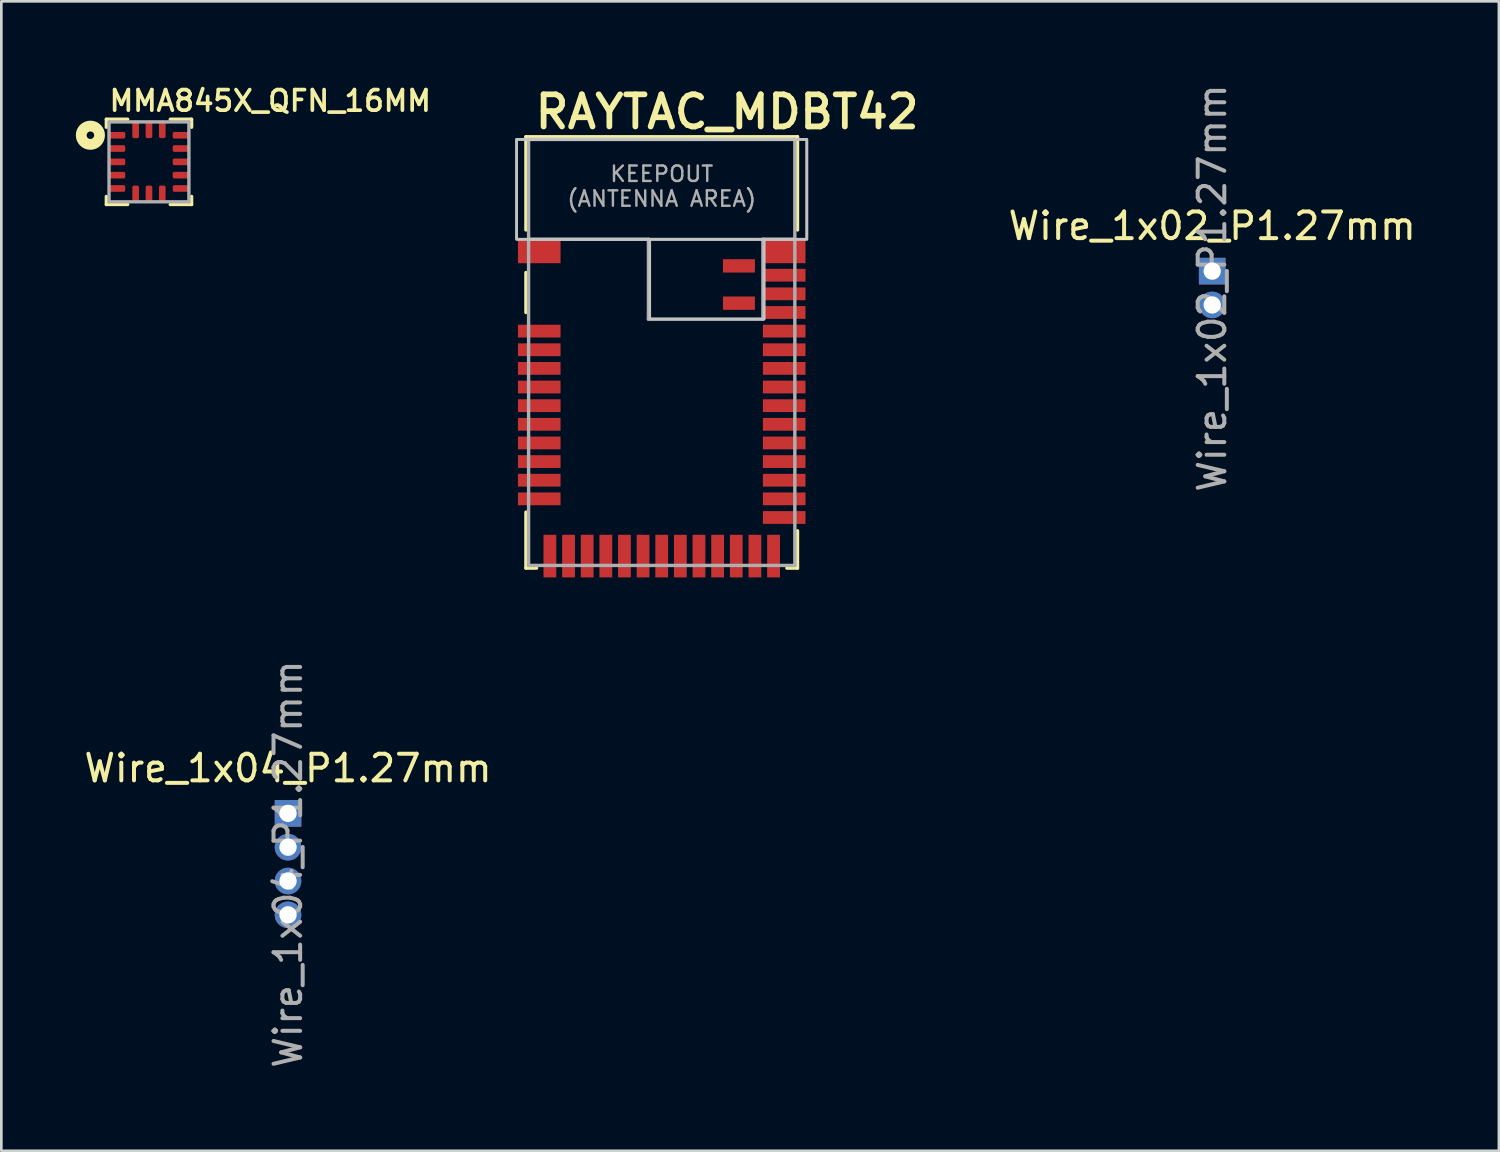
<source format=kicad_pcb>
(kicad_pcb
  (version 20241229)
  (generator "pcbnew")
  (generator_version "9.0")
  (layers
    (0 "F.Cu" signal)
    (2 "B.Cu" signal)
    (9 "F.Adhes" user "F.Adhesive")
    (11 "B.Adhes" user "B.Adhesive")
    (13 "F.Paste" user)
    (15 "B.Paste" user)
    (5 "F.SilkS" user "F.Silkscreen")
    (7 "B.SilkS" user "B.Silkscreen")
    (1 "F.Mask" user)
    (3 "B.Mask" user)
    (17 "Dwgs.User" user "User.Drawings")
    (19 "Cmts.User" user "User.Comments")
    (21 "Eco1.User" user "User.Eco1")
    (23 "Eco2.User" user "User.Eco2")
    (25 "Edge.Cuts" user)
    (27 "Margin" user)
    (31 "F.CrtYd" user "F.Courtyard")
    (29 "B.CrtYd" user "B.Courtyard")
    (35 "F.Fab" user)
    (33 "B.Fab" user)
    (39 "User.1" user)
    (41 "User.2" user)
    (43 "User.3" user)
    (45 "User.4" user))
  (footprint "MMA845X_QFN_16MM"
    (layer "F.Cu")
    (at 2.545 3.029)
    (property "Reference" "MMA845X_QFN_16MM" (at -1.565 -1.84 0) (layer "F.SilkS") (effects (font (size 0.772 0.772) (thickness 0.139)) (justify left bottom)))
    (attr through_hole)
    (fp_line (start -1.6 -1.6) (end -1.6 -1.3) (stroke (width 0.127) (type solid)) (layer "F.SilkS"))
    (fp_line (start -1.6 1.6) (end -1.6 1.3) (stroke (width 0.127) (type solid)) (layer "F.SilkS"))
    (fp_line (start -0.8 -1.6) (end -1.6 -1.6) (stroke (width 0.127) (type solid)) (layer "F.SilkS"))
    (fp_line (start -0.8 1.6) (end -1.6 1.6) (stroke (width 0.127) (type solid)) (layer "F.SilkS"))
    (fp_line (start 0.8 -1.6) (end 1.6 -1.6) (stroke (width 0.127) (type solid)) (layer "F.SilkS"))
    (fp_line (start 0.8 1.6) (end 1.6 1.6) (stroke (width 0.127) (type solid)) (layer "F.SilkS"))
    (fp_line (start 1.6 -1.6) (end 1.6 -1.4) (stroke (width 0.127) (type solid)) (layer "F.SilkS"))
    (fp_line (start 1.6 -1.4) (end 1.6 -1.3) (stroke (width 0.127) (type solid)) (layer "F.SilkS"))
    (fp_line (start 1.6 1.6) (end 1.6 1.3) (stroke (width 0.127) (type solid)) (layer "F.SilkS"))
    (fp_circle (center -2.2 -1) (end -2.059 -1) (stroke (width 0.406) (type solid)) (fill no) (layer "F.SilkS"))
    (fp_line (start -1.5 -1.5) (end 1.5 -1.5) (stroke (width 0.127) (type solid)) (layer "F.Fab"))
    (fp_line (start -1.5 1.5) (end -1.5 -1.5) (stroke (width 0.127) (type solid)) (layer "F.Fab"))
    (fp_line (start 1.5 -1.5) (end 1.5 1.5) (stroke (width 0.127) (type solid)) (layer "F.Fab"))
    (fp_line (start 1.5 1.5) (end -1.5 1.5) (stroke (width 0.127) (type solid)) (layer "F.Fab"))
    (pad "1" smd roundrect (at -1.216 -1) (size 0.65 0.25) (layers "F.Cu" "F.Mask" "F.Paste") (roundrect_rratio 0.25))
    (pad "2" smd roundrect (at -1.216 -0.5) (size 0.65 0.25) (layers "F.Cu" "F.Mask" "F.Paste") (roundrect_rratio 0.25))
    (pad "3" smd roundrect (at -1.216 0) (size 0.65 0.25) (layers "F.Cu" "F.Mask" "F.Paste") (roundrect_rratio 0.25))
    (pad "4" smd roundrect (at -1.216 0.5) (size 0.65 0.25) (layers "F.Cu" "F.Mask" "F.Paste") (roundrect_rratio 0.25))
    (pad "5" smd roundrect (at -1.216 1) (size 0.65 0.25) (layers "F.Cu" "F.Mask" "F.Paste") (roundrect_rratio 0.25))
    (pad "6" smd roundrect (at -0.5 1.216 90) (size 0.65 0.25) (layers "F.Cu" "F.Mask" "F.Paste") (roundrect_rratio 0.25))
    (pad "7" smd roundrect (at 0 1.216 90) (size 0.65 0.25) (layers "F.Cu" "F.Mask" "F.Paste") (roundrect_rratio 0.25))
    (pad "8" smd roundrect (at 0.5 1.216 90) (size 0.65 0.25) (layers "F.Cu" "F.Mask" "F.Paste") (roundrect_rratio 0.25))
    (pad "9" smd roundrect (at 1.216 1 180) (size 0.65 0.25) (layers "F.Cu" "F.Mask" "F.Paste") (roundrect_rratio 0.25))
    (pad "10" smd roundrect (at 1.216 0.5 180) (size 0.65 0.25) (layers "F.Cu" "F.Mask" "F.Paste") (roundrect_rratio 0.25))
    (pad "11" smd roundrect (at 1.216 0 180) (size 0.65 0.25) (layers "F.Cu" "F.Mask" "F.Paste") (roundrect_rratio 0.25))
    (pad "12" smd roundrect (at 1.216 -0.5 180) (size 0.65 0.25) (layers "F.Cu" "F.Mask" "F.Paste") (roundrect_rratio 0.25))
    (pad "13" smd roundrect (at 1.216 -1 180) (size 0.65 0.25) (layers "F.Cu" "F.Mask" "F.Paste") (roundrect_rratio 0.25))
    (pad "14" smd roundrect (at 0.5 -1.216 270) (size 0.65 0.25) (layers "F.Cu" "F.Mask" "F.Paste") (roundrect_rratio 0.25))
    (pad "15" smd roundrect (at 0 -1.216 270) (size 0.65 0.25) (layers "F.Cu" "F.Mask" "F.Paste") (roundrect_rratio 0.25))
    (pad "16" smd roundrect (at -0.5 -1.216 270) (size 0.65 0.25) (layers "F.Cu" "F.Mask" "F.Paste") (roundrect_rratio 0.25)))
  (footprint "Wire_1x02_P1.27mm"
    (layer "F.Cu")
    (at 42.478 7.133)
    (property "Reference" "Wire_1x02_P1.27mm" (at 0 -1.695 180) (layer "F.SilkS") (effects (font (size 1 1) (thickness 0.15))))
    (attr through_hole)
    (fp_text user "${REFERENCE}" (at 0 0.635 90) (layer "F.Fab") (effects (font (size 1 1) (thickness 0.15))))
    (pad "1" thru_hole rect (at 0 0) (size 1 1) (drill 0.65) (layers "*.Cu" "*.Mask"))
    (pad "2" thru_hole oval (at 0 1.27) (size 1 1) (drill 0.65) (layers "*.Cu" "*.Mask")))
  (footprint "Wire_1x04_P1.27mm"
    (layer "F.Cu")
    (at 7.768 27.499)
    (property "Reference" "Wire_1x04_P1.27mm" (at 0 -1.695 0) (layer "F.SilkS") (effects (font (size 1 1) (thickness 0.15))))
    (attr through_hole)
    (fp_text user "${REFERENCE}" (at 0 1.905 270) (layer "F.Fab") (effects (font (size 1 1) (thickness 0.15))))
    (pad "1" thru_hole rect (at 0 0) (size 1 1) (drill 0.65) (layers "*.Cu" "*.Mask"))
    (pad "2" thru_hole oval (at 0 1.27) (size 1 1) (drill 0.65) (layers "*.Cu" "*.Mask"))
    (pad "3" thru_hole oval (at 0 2.54) (size 1 1) (drill 0.65) (layers "*.Cu" "*.Mask"))
    (pad "4" thru_hole oval (at 0 3.81) (size 1 1) (drill 0.65) (layers "*.Cu" "*.Mask")))
  (footprint "RAYTAC_MDBT42"
    (layer "F.Cu")
    (at 21.803 10.186)
    (property "Reference" "RAYTAC_MDBT42" (at -4.866 -8.328 180) (layer "F.SilkS") (effects (font (size 1.206 1.206) (thickness 0.217)) (justify left bottom)))
    (attr through_hole)
    (fp_line (start -5.1 -8.1) (end 5.1 -8.1) (stroke (width 0.127) (type solid)) (layer "F.SilkS"))
    (fp_line (start -5.1 -4.6) (end -5.1 -8.1) (stroke (width 0.127) (type solid)) (layer "F.SilkS"))
    (fp_line (start -5.1 -3) (end -5.1 -1.5) (stroke (width 0.127) (type solid)) (layer "F.SilkS"))
    (fp_line (start -5.1 8.1) (end -5.1 6) (stroke (width 0.127) (type solid)) (layer "F.SilkS"))
    (fp_line (start -4.7 8.1) (end -5.1 8.1) (stroke (width 0.127) (type solid)) (layer "F.SilkS"))
    (fp_line (start 4.7 8.1) (end 5.1 8.1) (stroke (width 0.127) (type solid)) (layer "F.SilkS"))
    (fp_line (start 5.1 -8.1) (end 5.1 -4.6) (stroke (width 0.127) (type solid)) (layer "F.SilkS"))
    (fp_line (start 5.1 8.1) (end 5.1 6.7) (stroke (width 0.127) (type solid)) (layer "F.SilkS"))
    (fp_poly (pts (xy -5.45 -4.25) (xy 5.45 -4.25) (xy 5.45 -8) (xy -5.45 -8)) (stroke (width 0.1) (type solid)) (fill no) (layer "Dwgs.User"))
    (fp_poly (pts (xy -0.45 -1.25) (xy 3.85 -1.25) (xy 3.85 -4.25) (xy -0.45 -4.25)) (stroke (width 0.1) (type solid)) (fill no) (layer "Dwgs.User"))
    (fp_poly (pts (xy 5.45 -8) (xy -5.45 -8) (xy -5.45 -4.25) (xy 5.45 -4.25)) (stroke (width 0.1) (type solid)) (fill no) (layer "Dwgs.User"))
    (fp_line (start -5 -8) (end 5 -8) (stroke (width 0.127) (type solid)) (layer "F.Fab"))
    (fp_line (start -5 -4.25) (end -5 -8) (stroke (width 0.127) (type solid)) (layer "F.Fab"))
    (fp_line (start -5 -4.25) (end -0.5 -4.25) (stroke (width 0.127) (type solid)) (layer "F.Fab"))
    (fp_line (start -5 8) (end -5 -4.25) (stroke (width 0.127) (type solid)) (layer "F.Fab"))
    (fp_line (start -0.5 -4.25) (end -0.5 -1.25) (stroke (width 0.127) (type solid)) (layer "F.Fab"))
    (fp_line (start -0.5 -1.25) (end 3.8 -1.25) (stroke (width 0.127) (type solid)) (layer "F.Fab"))
    (fp_line (start 3.8 -4.25) (end 5 -4.25) (stroke (width 0.127) (type solid)) (layer "F.Fab"))
    (fp_line (start 3.8 -1.25) (end 3.8 -4.25) (stroke (width 0.127) (type solid)) (layer "F.Fab"))
    (fp_line (start 5 -8) (end 5 -4.25) (stroke (width 0.127) (type solid)) (layer "F.Fab"))
    (fp_line (start 5 -4.25) (end 5 8) (stroke (width 0.127) (type solid)) (layer "F.Fab"))
    (fp_line (start 5 8) (end -5 8) (stroke (width 0.127) (type solid)) (layer "F.Fab"))
    (fp_text user "KEEPOUT\n(ANTENNA AREA)" (at 0 -6.238 0) (layer "F.Fab") (effects (font (size 0.579 0.579) (thickness 0.091))))
    (pad "1" smd rect (at -4.6 -3.8) (size 1.6 0.9) (layers "F.Cu" "F.Mask" "F.Paste"))
    (pad "2" smd rect (at -4.6 -0.8) (size 1.6 0.48) (layers "F.Cu" "F.Mask" "F.Paste"))
    (pad "3" smd rect (at -4.6 -0.1) (size 1.6 0.48) (layers "F.Cu" "F.Mask" "F.Paste"))
    (pad "4" smd rect (at -4.6 0.6) (size 1.6 0.48) (layers "F.Cu" "F.Mask" "F.Paste"))
    (pad "5" smd rect (at -4.6 1.3) (size 1.6 0.48) (layers "F.Cu" "F.Mask" "F.Paste"))
    (pad "6" smd rect (at -4.6 2) (size 1.6 0.48) (layers "F.Cu" "F.Mask" "F.Paste"))
    (pad "7" smd rect (at -4.6 2.7) (size 1.6 0.48) (layers "F.Cu" "F.Mask" "F.Paste"))
    (pad "8" smd rect (at -4.6 3.4) (size 1.6 0.48) (layers "F.Cu" "F.Mask" "F.Paste"))
    (pad "9" smd rect (at -4.6 4.1) (size 1.6 0.48) (layers "F.Cu" "F.Mask" "F.Paste"))
    (pad "10" smd rect (at -4.6 4.8) (size 1.6 0.48) (layers "F.Cu" "F.Mask" "F.Paste"))
    (pad "11" smd rect (at -4.6 5.5) (size 1.6 0.48) (layers "F.Cu" "F.Mask" "F.Paste"))
    (pad "12" smd rect (at -4.2 7.65 90) (size 1.6 0.48) (layers "F.Cu" "F.Mask" "F.Paste"))
    (pad "13" smd rect (at -3.5 7.65 90) (size 1.6 0.48) (layers "F.Cu" "F.Mask" "F.Paste"))
    (pad "14" smd rect (at -2.8 7.65 90) (size 1.6 0.48) (layers "F.Cu" "F.Mask" "F.Paste"))
    (pad "15" smd rect (at -2.1 7.65 90) (size 1.6 0.48) (layers "F.Cu" "F.Mask" "F.Paste"))
    (pad "16" smd rect (at -1.4 7.65 90) (size 1.6 0.48) (layers "F.Cu" "F.Mask" "F.Paste"))
    (pad "17" smd rect (at -0.7 7.65 90) (size 1.6 0.48) (layers "F.Cu" "F.Mask" "F.Paste"))
    (pad "18" smd rect (at 0 7.65 90) (size 1.6 0.48) (layers "F.Cu" "F.Mask" "F.Paste"))
    (pad "19" smd rect (at 0.7 7.65 90) (size 1.6 0.48) (layers "F.Cu" "F.Mask" "F.Paste"))
    (pad "20" smd rect (at 1.4 7.65 90) (size 1.6 0.48) (layers "F.Cu" "F.Mask" "F.Paste"))
    (pad "21" smd rect (at 2.1 7.65 90) (size 1.6 0.48) (layers "F.Cu" "F.Mask" "F.Paste"))
    (pad "22" smd rect (at 2.8 7.65 90) (size 1.6 0.48) (layers "F.Cu" "F.Mask" "F.Paste"))
    (pad "23" smd rect (at 3.5 7.65 90) (size 1.6 0.48) (layers "F.Cu" "F.Mask" "F.Paste"))
    (pad "24" smd rect (at 4.2 7.65 90) (size 1.6 0.48) (layers "F.Cu" "F.Mask" "F.Paste"))
    (pad "25" smd rect (at 4.6 6.2) (size 1.6 0.48) (layers "F.Cu" "F.Mask" "F.Paste"))
    (pad "26" smd rect (at 4.6 5.5) (size 1.6 0.48) (layers "F.Cu" "F.Mask" "F.Paste"))
    (pad "27" smd rect (at 4.6 4.8) (size 1.6 0.48) (layers "F.Cu" "F.Mask" "F.Paste"))
    (pad "28" smd rect (at 4.6 4.1) (size 1.6 0.48) (layers "F.Cu" "F.Mask" "F.Paste"))
    (pad "29" smd rect (at 4.6 3.4) (size 1.6 0.48) (layers "F.Cu" "F.Mask" "F.Paste"))
    (pad "30" smd rect (at 4.6 2.7) (size 1.6 0.48) (layers "F.Cu" "F.Mask" "F.Paste"))
    (pad "31" smd rect (at 4.6 2) (size 1.6 0.48) (layers "F.Cu" "F.Mask" "F.Paste"))
    (pad "32" smd rect (at 4.6 1.3) (size 1.6 0.48) (layers "F.Cu" "F.Mask" "F.Paste"))
    (pad "33" smd rect (at 4.6 0.6) (size 1.6 0.48) (layers "F.Cu" "F.Mask" "F.Paste"))
    (pad "34" smd rect (at 4.6 -0.1) (size 1.6 0.48) (layers "F.Cu" "F.Mask" "F.Paste"))
    (pad "35" smd rect (at 4.6 -0.8) (size 1.6 0.48) (layers "F.Cu" "F.Mask" "F.Paste"))
    (pad "36" smd rect (at 4.6 -1.5) (size 1.6 0.48) (layers "F.Cu" "F.Mask" "F.Paste"))
    (pad "37" smd rect (at 4.6 -2.2) (size 1.6 0.48) (layers "F.Cu" "F.Mask" "F.Paste"))
    (pad "38" smd rect (at 4.6 -2.9) (size 1.6 0.48) (layers "F.Cu" "F.Mask" "F.Paste"))
    (pad "39" smd rect (at 4.6 -3.8) (size 1.6 0.9) (layers "F.Cu" "F.Mask" "F.Paste"))
    (pad "40" smd rect (at 2.9 -3.25) (size 1.2 0.5) (layers "F.Cu" "F.Mask" "F.Paste"))
    (pad "41" smd rect (at 2.9 -1.85) (size 1.2 0.5) (layers "F.Cu" "F.Mask" "F.Paste")))
  (gr_rect
    (start -3 -3)
    (end 53.246 40.172)
    (stroke (width 0.1) (type default))
    (fill no)
    (layer "Edge.Cuts")))
</source>
